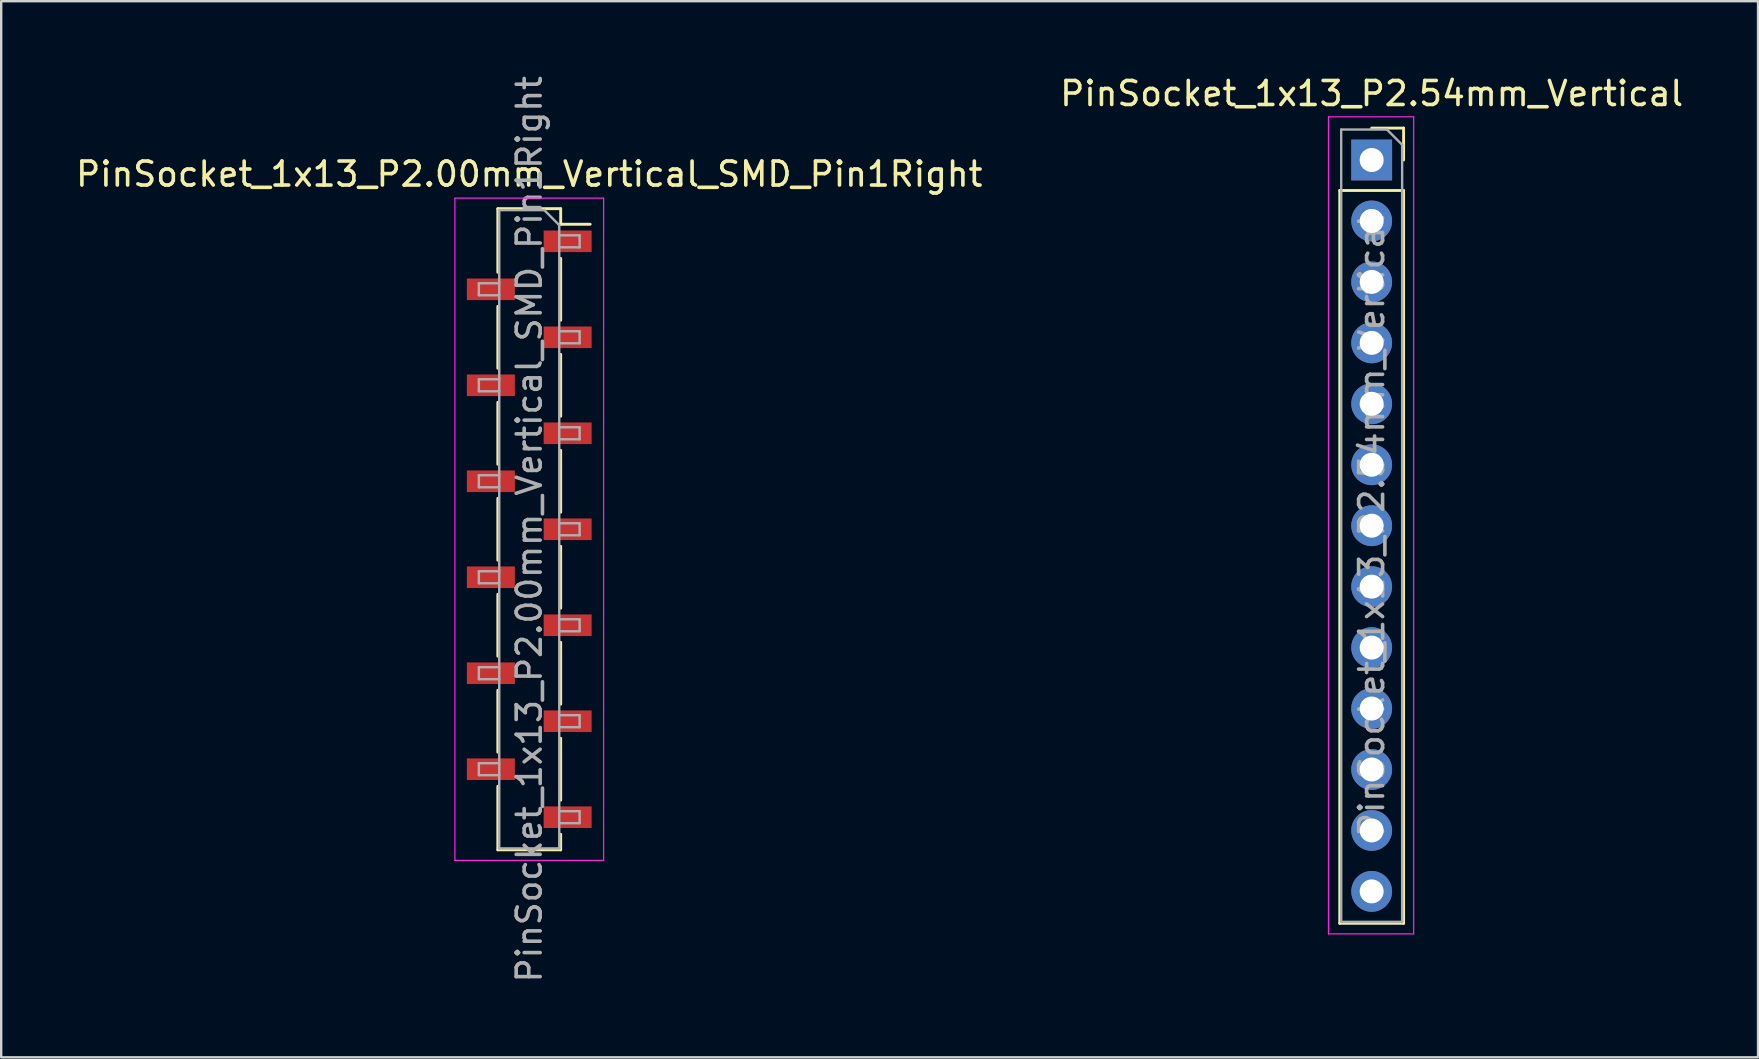
<source format=kicad_pcb>
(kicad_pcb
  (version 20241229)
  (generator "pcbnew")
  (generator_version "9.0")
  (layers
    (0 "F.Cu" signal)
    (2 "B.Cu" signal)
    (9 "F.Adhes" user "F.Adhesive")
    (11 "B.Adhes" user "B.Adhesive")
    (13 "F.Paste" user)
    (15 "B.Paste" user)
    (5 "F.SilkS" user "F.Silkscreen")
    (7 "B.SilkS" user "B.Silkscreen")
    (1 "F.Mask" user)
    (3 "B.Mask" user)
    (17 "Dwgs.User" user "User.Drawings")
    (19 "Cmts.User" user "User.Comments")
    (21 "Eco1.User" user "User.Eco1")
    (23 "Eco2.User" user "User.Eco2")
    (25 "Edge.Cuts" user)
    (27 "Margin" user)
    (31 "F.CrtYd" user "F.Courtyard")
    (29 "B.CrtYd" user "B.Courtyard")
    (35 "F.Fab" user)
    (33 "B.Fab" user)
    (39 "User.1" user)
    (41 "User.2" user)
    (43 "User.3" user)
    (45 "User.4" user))
  (footprint "PinSocket_1x13_P2.54mm_Vertical"
    (layer "F.Cu")
    (at 54.113 3.618)
    (property "Reference" "PinSocket_1x13_P2.54mm_Vertical" (at 0 -2.77 0) (layer "F.SilkS") (effects (font (size 1 1) (thickness 0.15))))
    (attr through_hole)
    (fp_line (start -1.33 1.27) (end -1.33 31.81) (stroke (width 0.12) (type solid)) (layer "F.SilkS"))
    (fp_line (start -1.33 1.27) (end 1.33 1.27) (stroke (width 0.12) (type solid)) (layer "F.SilkS"))
    (fp_line (start -1.33 31.81) (end 1.33 31.81) (stroke (width 0.12) (type solid)) (layer "F.SilkS"))
    (fp_line (start 0 -1.33) (end 1.33 -1.33) (stroke (width 0.12) (type solid)) (layer "F.SilkS"))
    (fp_line (start 1.33 -1.33) (end 1.33 0) (stroke (width 0.12) (type solid)) (layer "F.SilkS"))
    (fp_line (start 1.33 1.27) (end 1.33 31.81) (stroke (width 0.12) (type solid)) (layer "F.SilkS"))
    (fp_line (start -1.8 -1.8) (end 1.75 -1.8) (stroke (width 0.05) (type solid)) (layer "F.CrtYd"))
    (fp_line (start -1.8 32.25) (end -1.8 -1.8) (stroke (width 0.05) (type solid)) (layer "F.CrtYd"))
    (fp_line (start 1.75 -1.8) (end 1.75 32.25) (stroke (width 0.05) (type solid)) (layer "F.CrtYd"))
    (fp_line (start 1.75 32.25) (end -1.8 32.25) (stroke (width 0.05) (type solid)) (layer "F.CrtYd"))
    (fp_line (start -1.27 -1.27) (end 0.635 -1.27) (stroke (width 0.1) (type solid)) (layer "F.Fab"))
    (fp_line (start -1.27 31.75) (end -1.27 -1.27) (stroke (width 0.1) (type solid)) (layer "F.Fab"))
    (fp_line (start 0.635 -1.27) (end 1.27 -0.635) (stroke (width 0.1) (type solid)) (layer "F.Fab"))
    (fp_line (start 1.27 -0.635) (end 1.27 31.75) (stroke (width 0.1) (type solid)) (layer "F.Fab"))
    (fp_line (start 1.27 31.75) (end -1.27 31.75) (stroke (width 0.1) (type solid)) (layer "F.Fab"))
    (fp_text user "${REFERENCE}" (at 0 15.24 90) (layer "F.Fab") (effects (font (size 1 1) (thickness 0.15))))
    (pad "1" thru_hole rect (at 0 0) (size 1.7 1.7) (drill 1) (layers "*.Cu" "*.Mask"))
    (pad "2" thru_hole oval (at 0 2.54) (size 1.7 1.7) (drill 1) (layers "*.Cu" "*.Mask"))
    (pad "3" thru_hole oval (at 0 5.08) (size 1.7 1.7) (drill 1) (layers "*.Cu" "*.Mask"))
    (pad "4" thru_hole oval (at 0 7.62) (size 1.7 1.7) (drill 1) (layers "*.Cu" "*.Mask"))
    (pad "5" thru_hole oval (at 0 10.16) (size 1.7 1.7) (drill 1) (layers "*.Cu" "*.Mask"))
    (pad "6" thru_hole oval (at 0 12.7) (size 1.7 1.7) (drill 1) (layers "*.Cu" "*.Mask"))
    (pad "7" thru_hole oval (at 0 15.24) (size 1.7 1.7) (drill 1) (layers "*.Cu" "*.Mask"))
    (pad "8" thru_hole oval (at 0 17.78) (size 1.7 1.7) (drill 1) (layers "*.Cu" "*.Mask"))
    (pad "9" thru_hole oval (at 0 20.32) (size 1.7 1.7) (drill 1) (layers "*.Cu" "*.Mask"))
    (pad "10" thru_hole oval (at 0 22.86) (size 1.7 1.7) (drill 1) (layers "*.Cu" "*.Mask"))
    (pad "11" thru_hole oval (at 0 25.4) (size 1.7 1.7) (drill 1) (layers "*.Cu" "*.Mask"))
    (pad "12" thru_hole oval (at 0 27.94) (size 1.7 1.7) (drill 1) (layers "*.Cu" "*.Mask"))
    (pad "13" thru_hole oval (at 0 30.48) (size 1.7 1.7) (drill 1) (layers "*.Cu" "*.Mask")))
  (footprint "PinSocket_1x13_P2.00mm_Vertical_SMD_Pin1Right"
    (layer "F.Cu")
    (at 19.006 19.006)
    (property "Reference" "PinSocket_1x13_P2.00mm_Vertical_SMD_Pin1Right" (at 0 -14.8 0) (layer "F.SilkS") (effects (font (size 1 1) (thickness 0.15))))
    (attr smd)
    (fp_line (start -1.31 -13.36) (end -1.31 -10.71) (stroke (width 0.12) (type solid)) (layer "F.SilkS"))
    (fp_line (start -1.31 -13.36) (end 1.31 -13.36) (stroke (width 0.12) (type solid)) (layer "F.SilkS"))
    (fp_line (start -1.31 -9.29) (end -1.31 -6.71) (stroke (width 0.12) (type solid)) (layer "F.SilkS"))
    (fp_line (start -1.31 -5.29) (end -1.31 -2.71) (stroke (width 0.12) (type solid)) (layer "F.SilkS"))
    (fp_line (start -1.31 -1.29) (end -1.31 1.29) (stroke (width 0.12) (type solid)) (layer "F.SilkS"))
    (fp_line (start -1.31 2.71) (end -1.31 5.29) (stroke (width 0.12) (type solid)) (layer "F.SilkS"))
    (fp_line (start -1.31 6.71) (end -1.31 9.29) (stroke (width 0.12) (type solid)) (layer "F.SilkS"))
    (fp_line (start -1.31 10.71) (end -1.31 13.36) (stroke (width 0.12) (type solid)) (layer "F.SilkS"))
    (fp_line (start -1.31 13.36) (end 1.31 13.36) (stroke (width 0.12) (type solid)) (layer "F.SilkS"))
    (fp_line (start 1.31 -13.36) (end 1.31 -12.71) (stroke (width 0.12) (type solid)) (layer "F.SilkS"))
    (fp_line (start 1.31 -12.71) (end 2.54 -12.71) (stroke (width 0.12) (type solid)) (layer "F.SilkS"))
    (fp_line (start 1.31 -11.29) (end 1.31 -8.71) (stroke (width 0.12) (type solid)) (layer "F.SilkS"))
    (fp_line (start 1.31 -7.29) (end 1.31 -4.71) (stroke (width 0.12) (type solid)) (layer "F.SilkS"))
    (fp_line (start 1.31 -3.29) (end 1.31 -0.71) (stroke (width 0.12) (type solid)) (layer "F.SilkS"))
    (fp_line (start 1.31 0.71) (end 1.31 3.29) (stroke (width 0.12) (type solid)) (layer "F.SilkS"))
    (fp_line (start 1.31 4.71) (end 1.31 7.29) (stroke (width 0.12) (type solid)) (layer "F.SilkS"))
    (fp_line (start 1.31 8.71) (end 1.31 11.29) (stroke (width 0.12) (type solid)) (layer "F.SilkS"))
    (fp_line (start 1.31 12.71) (end 1.31 13.36) (stroke (width 0.12) (type solid)) (layer "F.SilkS"))
    (fp_line (start -3.1 -13.8) (end 3.1 -13.8) (stroke (width 0.05) (type solid)) (layer "F.CrtYd"))
    (fp_line (start -3.1 13.8) (end -3.1 -13.8) (stroke (width 0.05) (type solid)) (layer "F.CrtYd"))
    (fp_line (start 3.1 -13.8) (end 3.1 13.8) (stroke (width 0.05) (type solid)) (layer "F.CrtYd"))
    (fp_line (start 3.1 13.8) (end -3.1 13.8) (stroke (width 0.05) (type solid)) (layer "F.CrtYd"))
    (fp_line (start -2.1 -10.25) (end -1.25 -10.25) (stroke (width 0.1) (type solid)) (layer "F.Fab"))
    (fp_line (start -2.1 -9.75) (end -2.1 -10.25) (stroke (width 0.1) (type solid)) (layer "F.Fab"))
    (fp_line (start -2.1 -6.25) (end -1.25 -6.25) (stroke (width 0.1) (type solid)) (layer "F.Fab"))
    (fp_line (start -2.1 -5.75) (end -2.1 -6.25) (stroke (width 0.1) (type solid)) (layer "F.Fab"))
    (fp_line (start -2.1 -2.25) (end -1.25 -2.25) (stroke (width 0.1) (type solid)) (layer "F.Fab"))
    (fp_line (start -2.1 -1.75) (end -2.1 -2.25) (stroke (width 0.1) (type solid)) (layer "F.Fab"))
    (fp_line (start -2.1 1.75) (end -1.25 1.75) (stroke (width 0.1) (type solid)) (layer "F.Fab"))
    (fp_line (start -2.1 2.25) (end -2.1 1.75) (stroke (width 0.1) (type solid)) (layer "F.Fab"))
    (fp_line (start -2.1 5.75) (end -1.25 5.75) (stroke (width 0.1) (type solid)) (layer "F.Fab"))
    (fp_line (start -2.1 6.25) (end -2.1 5.75) (stroke (width 0.1) (type solid)) (layer "F.Fab"))
    (fp_line (start -2.1 9.75) (end -1.25 9.75) (stroke (width 0.1) (type solid)) (layer "F.Fab"))
    (fp_line (start -2.1 10.25) (end -2.1 9.75) (stroke (width 0.1) (type solid)) (layer "F.Fab"))
    (fp_line (start -1.25 -13.3) (end 0.625 -13.3) (stroke (width 0.1) (type solid)) (layer "F.Fab"))
    (fp_line (start -1.25 -9.75) (end -2.1 -9.75) (stroke (width 0.1) (type solid)) (layer "F.Fab"))
    (fp_line (start -1.25 -5.75) (end -2.1 -5.75) (stroke (width 0.1) (type solid)) (layer "F.Fab"))
    (fp_line (start -1.25 -1.75) (end -2.1 -1.75) (stroke (width 0.1) (type solid)) (layer "F.Fab"))
    (fp_line (start -1.25 2.25) (end -2.1 2.25) (stroke (width 0.1) (type solid)) (layer "F.Fab"))
    (fp_line (start -1.25 6.25) (end -2.1 6.25) (stroke (width 0.1) (type solid)) (layer "F.Fab"))
    (fp_line (start -1.25 10.25) (end -2.1 10.25) (stroke (width 0.1) (type solid)) (layer "F.Fab"))
    (fp_line (start -1.25 13.3) (end -1.25 -13.3) (stroke (width 0.1) (type solid)) (layer "F.Fab"))
    (fp_line (start 0.625 -13.3) (end 1.25 -12.675) (stroke (width 0.1) (type solid)) (layer "F.Fab"))
    (fp_line (start 1.25 -12.675) (end 1.25 13.3) (stroke (width 0.1) (type solid)) (layer "F.Fab"))
    (fp_line (start 1.25 -12.25) (end 2.1 -12.25) (stroke (width 0.1) (type solid)) (layer "F.Fab"))
    (fp_line (start 1.25 -8.25) (end 2.1 -8.25) (stroke (width 0.1) (type solid)) (layer "F.Fab"))
    (fp_line (start 1.25 -4.25) (end 2.1 -4.25) (stroke (width 0.1) (type solid)) (layer "F.Fab"))
    (fp_line (start 1.25 -0.25) (end 2.1 -0.25) (stroke (width 0.1) (type solid)) (layer "F.Fab"))
    (fp_line (start 1.25 3.75) (end 2.1 3.75) (stroke (width 0.1) (type solid)) (layer "F.Fab"))
    (fp_line (start 1.25 7.75) (end 2.1 7.75) (stroke (width 0.1) (type solid)) (layer "F.Fab"))
    (fp_line (start 1.25 11.75) (end 2.1 11.75) (stroke (width 0.1) (type solid)) (layer "F.Fab"))
    (fp_line (start 1.25 13.3) (end -1.25 13.3) (stroke (width 0.1) (type solid)) (layer "F.Fab"))
    (fp_line (start 2.1 -12.25) (end 2.1 -11.75) (stroke (width 0.1) (type solid)) (layer "F.Fab"))
    (fp_line (start 2.1 -11.75) (end 1.25 -11.75) (stroke (width 0.1) (type solid)) (layer "F.Fab"))
    (fp_line (start 2.1 -8.25) (end 2.1 -7.75) (stroke (width 0.1) (type solid)) (layer "F.Fab"))
    (fp_line (start 2.1 -7.75) (end 1.25 -7.75) (stroke (width 0.1) (type solid)) (layer "F.Fab"))
    (fp_line (start 2.1 -4.25) (end 2.1 -3.75) (stroke (width 0.1) (type solid)) (layer "F.Fab"))
    (fp_line (start 2.1 -3.75) (end 1.25 -3.75) (stroke (width 0.1) (type solid)) (layer "F.Fab"))
    (fp_line (start 2.1 -0.25) (end 2.1 0.25) (stroke (width 0.1) (type solid)) (layer "F.Fab"))
    (fp_line (start 2.1 0.25) (end 1.25 0.25) (stroke (width 0.1) (type solid)) (layer "F.Fab"))
    (fp_line (start 2.1 3.75) (end 2.1 4.25) (stroke (width 0.1) (type solid)) (layer "F.Fab"))
    (fp_line (start 2.1 4.25) (end 1.25 4.25) (stroke (width 0.1) (type solid)) (layer "F.Fab"))
    (fp_line (start 2.1 7.75) (end 2.1 8.25) (stroke (width 0.1) (type solid)) (layer "F.Fab"))
    (fp_line (start 2.1 8.25) (end 1.25 8.25) (stroke (width 0.1) (type solid)) (layer "F.Fab"))
    (fp_line (start 2.1 11.75) (end 2.1 12.25) (stroke (width 0.1) (type solid)) (layer "F.Fab"))
    (fp_line (start 2.1 12.25) (end 1.25 12.25) (stroke (width 0.1) (type solid)) (layer "F.Fab"))
    (fp_text user "${REFERENCE}" (at 0 0 90) (layer "F.Fab") (effects (font (size 1 1) (thickness 0.15))))
    (pad "1" smd rect (at 1.6 -12) (size 2 0.9) (layers "F.Cu" "F.Mask" "F.Paste"))
    (pad "2" smd rect (at -1.6 -10) (size 2 0.9) (layers "F.Cu" "F.Mask" "F.Paste"))
    (pad "3" smd rect (at 1.6 -8) (size 2 0.9) (layers "F.Cu" "F.Mask" "F.Paste"))
    (pad "4" smd rect (at -1.6 -6) (size 2 0.9) (layers "F.Cu" "F.Mask" "F.Paste"))
    (pad "5" smd rect (at 1.6 -4) (size 2 0.9) (layers "F.Cu" "F.Mask" "F.Paste"))
    (pad "6" smd rect (at -1.6 -2) (size 2 0.9) (layers "F.Cu" "F.Mask" "F.Paste"))
    (pad "7" smd rect (at 1.6 0) (size 2 0.9) (layers "F.Cu" "F.Mask" "F.Paste"))
    (pad "8" smd rect (at -1.6 2) (size 2 0.9) (layers "F.Cu" "F.Mask" "F.Paste"))
    (pad "9" smd rect (at 1.6 4) (size 2 0.9) (layers "F.Cu" "F.Mask" "F.Paste"))
    (pad "10" smd rect (at -1.6 6) (size 2 0.9) (layers "F.Cu" "F.Mask" "F.Paste"))
    (pad "11" smd rect (at 1.6 8) (size 2 0.9) (layers "F.Cu" "F.Mask" "F.Paste"))
    (pad "12" smd rect (at -1.6 10) (size 2 0.9) (layers "F.Cu" "F.Mask" "F.Paste"))
    (pad "13" smd rect (at 1.6 12) (size 2 0.9) (layers "F.Cu" "F.Mask" "F.Paste")))
  (gr_rect
    (start -3 -3)
    (end 70.214 41.012)
    (stroke (width 0.1) (type default))
    (fill no)
    (layer "Edge.Cuts")))
</source>
